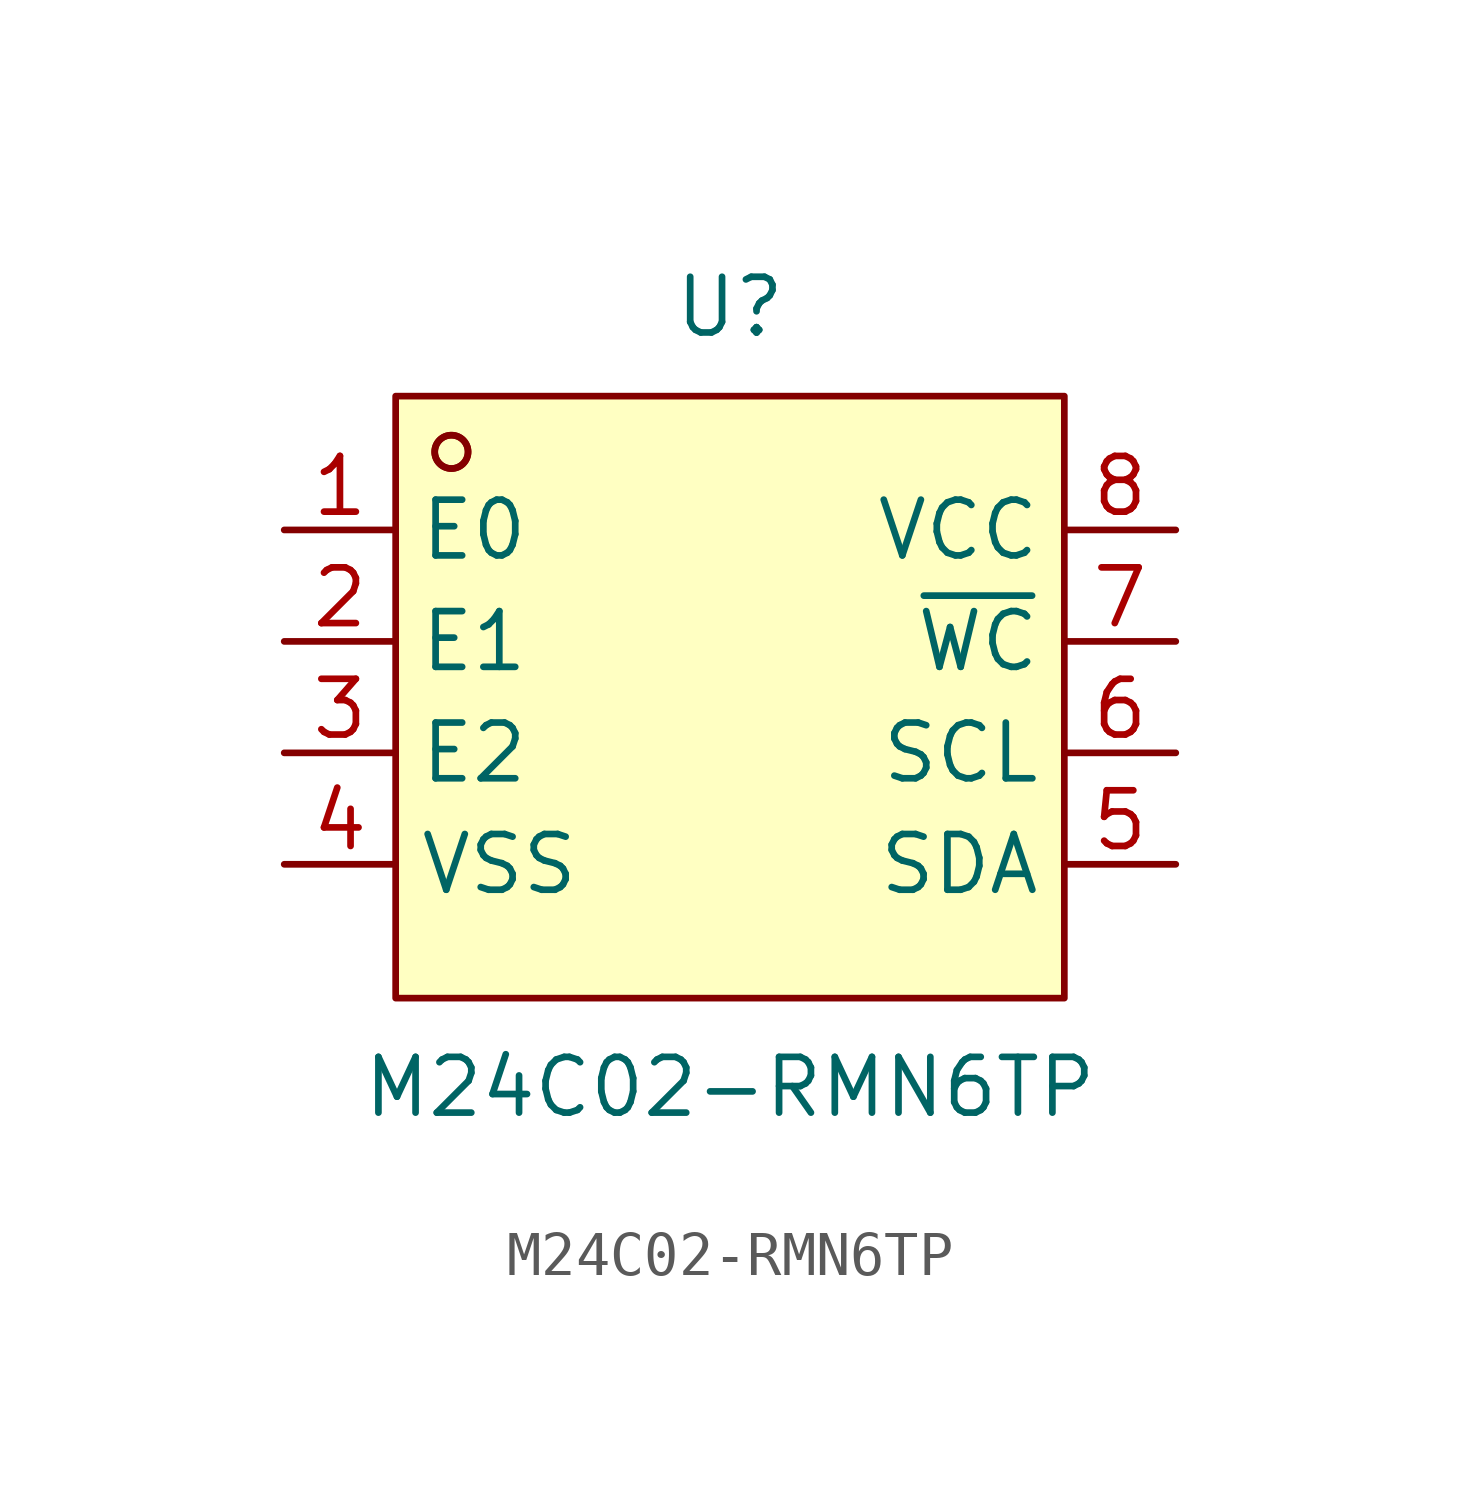
<source format=kicad_sym>
(kicad_symbol_lib
  (version 20231120)
  (generator "kicad_symbol_editor")
  (generator_version "8.0")
  (symbol "M24C02-RMN6TP"
    (property "Reference" "U"
      (at 0 8.89 0)
      (effects (font (size 1.27 1.27))))
    (property "Value" "M24C02-RMN6TP"
      (at 0 -8.89 0)
      (effects (font (size 1.27 1.27))))
    (symbol "M24C02-RMN6TP_0_1"
      (rectangle (start -7.62 6.86) (end 7.62 -6.86) (stroke (width 0) (type default)) (fill (type background)))
      (circle (center -6.35 5.59) (radius 0.38) (stroke (width 0) (type default)) (fill (type none)))
      (circle (center -6.35 5.59) (radius 0.38) (stroke (width 0) (type default)) (fill (type none)))
      (pin input line (at -10.16 3.81 0) (length 2.54) (name "E0" (effects (font (size 1.27 1.27)))) (number "1" (effects (font (size 1.27 1.27)))))
      (pin input line (at -10.16 1.27 0) (length 2.54) (name "E1" (effects (font (size 1.27 1.27)))) (number "2" (effects (font (size 1.27 1.27)))))
      (pin input line (at -10.16 -1.27 0) (length 2.54) (name "E2" (effects (font (size 1.27 1.27)))) (number "3" (effects (font (size 1.27 1.27)))))
      (pin power_in line (at 10.16 1.27 180) (length 2.54) (name "~{WC}" (effects (font (size 1.27 1.27)))) (number "7" (effects (font (size 1.27 1.27))))))
    (symbol "M24C02-RMN6TP_1_1"
      (pin power_in line (at -10.16 -3.81 0) (length 2.54) (name "VSS" (effects (font (size 1.27 1.27)))) (number "4" (effects (font (size 1.27 1.27)))))
      (pin input line (at 10.16 -3.81 180) (length 2.54) (name "SDA" (effects (font (size 1.27 1.27)))) (number "5" (effects (font (size 1.27 1.27)))))
      (pin input line (at 10.16 -1.27 180) (length 2.54) (name "SCL" (effects (font (size 1.27 1.27)))) (number "6" (effects (font (size 1.27 1.27)))))
      (pin power_in line (at 10.16 3.81 180) (length 2.54) (name "VCC" (effects (font (size 1.27 1.27)))) (number "8" (effects (font (size 1.27 1.27))))))))
</source>
